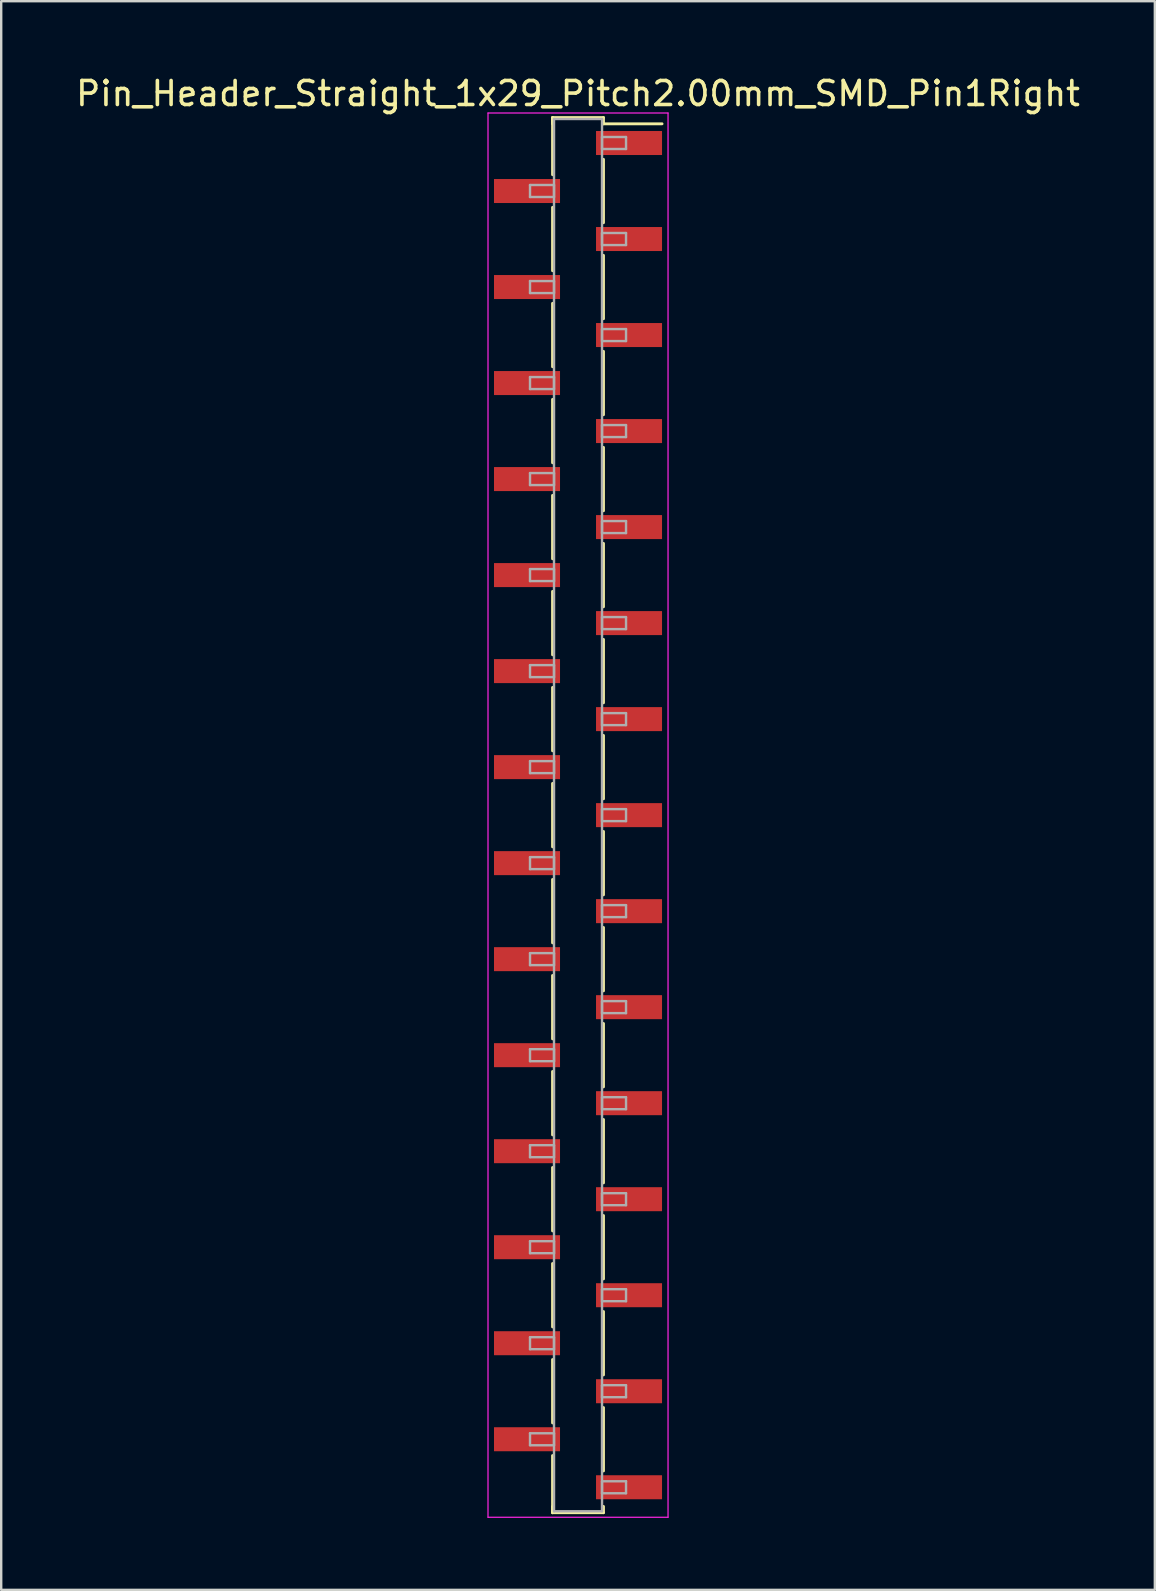
<source format=kicad_pcb>
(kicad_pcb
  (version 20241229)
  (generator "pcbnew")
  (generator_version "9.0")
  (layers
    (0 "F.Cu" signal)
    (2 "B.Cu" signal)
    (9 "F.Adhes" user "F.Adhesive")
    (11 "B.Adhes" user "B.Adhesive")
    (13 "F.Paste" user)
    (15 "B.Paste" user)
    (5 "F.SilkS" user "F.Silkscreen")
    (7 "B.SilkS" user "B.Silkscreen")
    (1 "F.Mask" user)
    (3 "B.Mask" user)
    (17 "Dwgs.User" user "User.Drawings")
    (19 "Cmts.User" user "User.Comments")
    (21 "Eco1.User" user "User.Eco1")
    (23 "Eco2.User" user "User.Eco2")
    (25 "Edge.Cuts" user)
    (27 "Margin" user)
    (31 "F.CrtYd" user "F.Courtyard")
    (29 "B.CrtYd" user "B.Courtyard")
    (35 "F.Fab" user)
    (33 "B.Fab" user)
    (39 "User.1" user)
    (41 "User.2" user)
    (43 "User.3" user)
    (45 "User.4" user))
  (footprint "Pin_Header_Straight_1x29_Pitch2.00mm_SMD_Pin1Right"
    (layer "F.Cu")
    (at 21.03 30.908)
    (property "Reference" "Pin_Header_Straight_1x29_Pitch2.00mm_SMD_Pin1Right" (at 0 -30.06 0) (layer "F.SilkS") (effects (font (size 1 1) (thickness 0.15))))
    (attr smd)
    (fp_line (start -1.06 -29.06) (end -1.06 -26.68) (stroke (width 0.12) (type solid)) (layer "F.SilkS"))
    (fp_line (start -1.06 -29.06) (end 1.06 -29.06) (stroke (width 0.12) (type solid)) (layer "F.SilkS"))
    (fp_line (start -1.06 -28.8) (end -1.06 -29.06) (stroke (width 0.12) (type solid)) (layer "F.SilkS"))
    (fp_line (start -1.06 -25.32) (end -1.06 -22.68) (stroke (width 0.12) (type solid)) (layer "F.SilkS"))
    (fp_line (start -1.06 -21.32) (end -1.06 -18.68) (stroke (width 0.12) (type solid)) (layer "F.SilkS"))
    (fp_line (start -1.06 -17.32) (end -1.06 -14.68) (stroke (width 0.12) (type solid)) (layer "F.SilkS"))
    (fp_line (start -1.06 -13.32) (end -1.06 -10.68) (stroke (width 0.12) (type solid)) (layer "F.SilkS"))
    (fp_line (start -1.06 -9.32) (end -1.06 -6.68) (stroke (width 0.12) (type solid)) (layer "F.SilkS"))
    (fp_line (start -1.06 -5.32) (end -1.06 -2.68) (stroke (width 0.12) (type solid)) (layer "F.SilkS"))
    (fp_line (start -1.06 -1.32) (end -1.06 1.32) (stroke (width 0.12) (type solid)) (layer "F.SilkS"))
    (fp_line (start -1.06 2.68) (end -1.06 5.32) (stroke (width 0.12) (type solid)) (layer "F.SilkS"))
    (fp_line (start -1.06 6.68) (end -1.06 9.32) (stroke (width 0.12) (type solid)) (layer "F.SilkS"))
    (fp_line (start -1.06 10.68) (end -1.06 13.32) (stroke (width 0.12) (type solid)) (layer "F.SilkS"))
    (fp_line (start -1.06 14.68) (end -1.06 17.32) (stroke (width 0.12) (type solid)) (layer "F.SilkS"))
    (fp_line (start -1.06 18.68) (end -1.06 21.32) (stroke (width 0.12) (type solid)) (layer "F.SilkS"))
    (fp_line (start -1.06 22.68) (end -1.06 25.32) (stroke (width 0.12) (type solid)) (layer "F.SilkS"))
    (fp_line (start -1.06 26.68) (end -1.06 29.06) (stroke (width 0.12) (type solid)) (layer "F.SilkS"))
    (fp_line (start -1.06 28.8) (end -1.06 29.06) (stroke (width 0.12) (type solid)) (layer "F.SilkS"))
    (fp_line (start -1.06 29.06) (end 1.06 29.06) (stroke (width 0.12) (type solid)) (layer "F.SilkS"))
    (fp_line (start 1.06 -29.06) (end 1.06 -28.8) (stroke (width 0.12) (type solid)) (layer "F.SilkS"))
    (fp_line (start 1.06 -28.8) (end 3.5 -28.8) (stroke (width 0.12) (type solid)) (layer "F.SilkS"))
    (fp_line (start 1.06 -27.32) (end 1.06 -24.68) (stroke (width 0.12) (type solid)) (layer "F.SilkS"))
    (fp_line (start 1.06 -23.32) (end 1.06 -20.68) (stroke (width 0.12) (type solid)) (layer "F.SilkS"))
    (fp_line (start 1.06 -19.32) (end 1.06 -16.68) (stroke (width 0.12) (type solid)) (layer "F.SilkS"))
    (fp_line (start 1.06 -15.32) (end 1.06 -12.68) (stroke (width 0.12) (type solid)) (layer "F.SilkS"))
    (fp_line (start 1.06 -11.32) (end 1.06 -8.68) (stroke (width 0.12) (type solid)) (layer "F.SilkS"))
    (fp_line (start 1.06 -7.32) (end 1.06 -4.68) (stroke (width 0.12) (type solid)) (layer "F.SilkS"))
    (fp_line (start 1.06 -3.32) (end 1.06 -0.68) (stroke (width 0.12) (type solid)) (layer "F.SilkS"))
    (fp_line (start 1.06 0.68) (end 1.06 3.32) (stroke (width 0.12) (type solid)) (layer "F.SilkS"))
    (fp_line (start 1.06 4.68) (end 1.06 7.32) (stroke (width 0.12) (type solid)) (layer "F.SilkS"))
    (fp_line (start 1.06 8.68) (end 1.06 11.32) (stroke (width 0.12) (type solid)) (layer "F.SilkS"))
    (fp_line (start 1.06 12.68) (end 1.06 15.32) (stroke (width 0.12) (type solid)) (layer "F.SilkS"))
    (fp_line (start 1.06 16.68) (end 1.06 19.32) (stroke (width 0.12) (type solid)) (layer "F.SilkS"))
    (fp_line (start 1.06 20.68) (end 1.06 23.32) (stroke (width 0.12) (type solid)) (layer "F.SilkS"))
    (fp_line (start 1.06 24.68) (end 1.06 27.32) (stroke (width 0.12) (type solid)) (layer "F.SilkS"))
    (fp_line (start 1.06 29.06) (end 1.06 28.8) (stroke (width 0.12) (type solid)) (layer "F.SilkS"))
    (fp_line (start -3.75 -29.25) (end -3.75 29.25) (stroke (width 0.05) (type solid)) (layer "F.CrtYd"))
    (fp_line (start -3.75 29.25) (end 3.75 29.25) (stroke (width 0.05) (type solid)) (layer "F.CrtYd"))
    (fp_line (start 3.75 -29.25) (end -3.75 -29.25) (stroke (width 0.05) (type solid)) (layer "F.CrtYd"))
    (fp_line (start 3.75 29.25) (end 3.75 -29.25) (stroke (width 0.05) (type solid)) (layer "F.CrtYd"))
    (fp_line (start -2 -26.25) (end -1 -26.25) (stroke (width 0.1) (type solid)) (layer "F.Fab"))
    (fp_line (start -2 -25.75) (end -2 -26.25) (stroke (width 0.1) (type solid)) (layer "F.Fab"))
    (fp_line (start -2 -22.25) (end -1 -22.25) (stroke (width 0.1) (type solid)) (layer "F.Fab"))
    (fp_line (start -2 -21.75) (end -2 -22.25) (stroke (width 0.1) (type solid)) (layer "F.Fab"))
    (fp_line (start -2 -18.25) (end -1 -18.25) (stroke (width 0.1) (type solid)) (layer "F.Fab"))
    (fp_line (start -2 -17.75) (end -2 -18.25) (stroke (width 0.1) (type solid)) (layer "F.Fab"))
    (fp_line (start -2 -14.25) (end -1 -14.25) (stroke (width 0.1) (type solid)) (layer "F.Fab"))
    (fp_line (start -2 -13.75) (end -2 -14.25) (stroke (width 0.1) (type solid)) (layer "F.Fab"))
    (fp_line (start -2 -10.25) (end -1 -10.25) (stroke (width 0.1) (type solid)) (layer "F.Fab"))
    (fp_line (start -2 -9.75) (end -2 -10.25) (stroke (width 0.1) (type solid)) (layer "F.Fab"))
    (fp_line (start -2 -6.25) (end -1 -6.25) (stroke (width 0.1) (type solid)) (layer "F.Fab"))
    (fp_line (start -2 -5.75) (end -2 -6.25) (stroke (width 0.1) (type solid)) (layer "F.Fab"))
    (fp_line (start -2 -2.25) (end -1 -2.25) (stroke (width 0.1) (type solid)) (layer "F.Fab"))
    (fp_line (start -2 -1.75) (end -2 -2.25) (stroke (width 0.1) (type solid)) (layer "F.Fab"))
    (fp_line (start -2 1.75) (end -1 1.75) (stroke (width 0.1) (type solid)) (layer "F.Fab"))
    (fp_line (start -2 2.25) (end -2 1.75) (stroke (width 0.1) (type solid)) (layer "F.Fab"))
    (fp_line (start -2 5.75) (end -1 5.75) (stroke (width 0.1) (type solid)) (layer "F.Fab"))
    (fp_line (start -2 6.25) (end -2 5.75) (stroke (width 0.1) (type solid)) (layer "F.Fab"))
    (fp_line (start -2 9.75) (end -1 9.75) (stroke (width 0.1) (type solid)) (layer "F.Fab"))
    (fp_line (start -2 10.25) (end -2 9.75) (stroke (width 0.1) (type solid)) (layer "F.Fab"))
    (fp_line (start -2 13.75) (end -1 13.75) (stroke (width 0.1) (type solid)) (layer "F.Fab"))
    (fp_line (start -2 14.25) (end -2 13.75) (stroke (width 0.1) (type solid)) (layer "F.Fab"))
    (fp_line (start -2 17.75) (end -1 17.75) (stroke (width 0.1) (type solid)) (layer "F.Fab"))
    (fp_line (start -2 18.25) (end -2 17.75) (stroke (width 0.1) (type solid)) (layer "F.Fab"))
    (fp_line (start -2 21.75) (end -1 21.75) (stroke (width 0.1) (type solid)) (layer "F.Fab"))
    (fp_line (start -2 22.25) (end -2 21.75) (stroke (width 0.1) (type solid)) (layer "F.Fab"))
    (fp_line (start -2 25.75) (end -1 25.75) (stroke (width 0.1) (type solid)) (layer "F.Fab"))
    (fp_line (start -2 26.25) (end -2 25.75) (stroke (width 0.1) (type solid)) (layer "F.Fab"))
    (fp_line (start -1 -29) (end -1 29) (stroke (width 0.1) (type solid)) (layer "F.Fab"))
    (fp_line (start -1 -26.25) (end -1 -25.75) (stroke (width 0.1) (type solid)) (layer "F.Fab"))
    (fp_line (start -1 -25.75) (end -2 -25.75) (stroke (width 0.1) (type solid)) (layer "F.Fab"))
    (fp_line (start -1 -22.25) (end -1 -21.75) (stroke (width 0.1) (type solid)) (layer "F.Fab"))
    (fp_line (start -1 -21.75) (end -2 -21.75) (stroke (width 0.1) (type solid)) (layer "F.Fab"))
    (fp_line (start -1 -18.25) (end -1 -17.75) (stroke (width 0.1) (type solid)) (layer "F.Fab"))
    (fp_line (start -1 -17.75) (end -2 -17.75) (stroke (width 0.1) (type solid)) (layer "F.Fab"))
    (fp_line (start -1 -14.25) (end -1 -13.75) (stroke (width 0.1) (type solid)) (layer "F.Fab"))
    (fp_line (start -1 -13.75) (end -2 -13.75) (stroke (width 0.1) (type solid)) (layer "F.Fab"))
    (fp_line (start -1 -10.25) (end -1 -9.75) (stroke (width 0.1) (type solid)) (layer "F.Fab"))
    (fp_line (start -1 -9.75) (end -2 -9.75) (stroke (width 0.1) (type solid)) (layer "F.Fab"))
    (fp_line (start -1 -6.25) (end -1 -5.75) (stroke (width 0.1) (type solid)) (layer "F.Fab"))
    (fp_line (start -1 -5.75) (end -2 -5.75) (stroke (width 0.1) (type solid)) (layer "F.Fab"))
    (fp_line (start -1 -2.25) (end -1 -1.75) (stroke (width 0.1) (type solid)) (layer "F.Fab"))
    (fp_line (start -1 -1.75) (end -2 -1.75) (stroke (width 0.1) (type solid)) (layer "F.Fab"))
    (fp_line (start -1 1.75) (end -1 2.25) (stroke (width 0.1) (type solid)) (layer "F.Fab"))
    (fp_line (start -1 2.25) (end -2 2.25) (stroke (width 0.1) (type solid)) (layer "F.Fab"))
    (fp_line (start -1 5.75) (end -1 6.25) (stroke (width 0.1) (type solid)) (layer "F.Fab"))
    (fp_line (start -1 6.25) (end -2 6.25) (stroke (width 0.1) (type solid)) (layer "F.Fab"))
    (fp_line (start -1 9.75) (end -1 10.25) (stroke (width 0.1) (type solid)) (layer "F.Fab"))
    (fp_line (start -1 10.25) (end -2 10.25) (stroke (width 0.1) (type solid)) (layer "F.Fab"))
    (fp_line (start -1 13.75) (end -1 14.25) (stroke (width 0.1) (type solid)) (layer "F.Fab"))
    (fp_line (start -1 14.25) (end -2 14.25) (stroke (width 0.1) (type solid)) (layer "F.Fab"))
    (fp_line (start -1 17.75) (end -1 18.25) (stroke (width 0.1) (type solid)) (layer "F.Fab"))
    (fp_line (start -1 18.25) (end -2 18.25) (stroke (width 0.1) (type solid)) (layer "F.Fab"))
    (fp_line (start -1 21.75) (end -1 22.25) (stroke (width 0.1) (type solid)) (layer "F.Fab"))
    (fp_line (start -1 22.25) (end -2 22.25) (stroke (width 0.1) (type solid)) (layer "F.Fab"))
    (fp_line (start -1 25.75) (end -1 26.25) (stroke (width 0.1) (type solid)) (layer "F.Fab"))
    (fp_line (start -1 26.25) (end -2 26.25) (stroke (width 0.1) (type solid)) (layer "F.Fab"))
    (fp_line (start -1 29) (end 1 29) (stroke (width 0.1) (type solid)) (layer "F.Fab"))
    (fp_line (start 1 -29) (end -1 -29) (stroke (width 0.1) (type solid)) (layer "F.Fab"))
    (fp_line (start 1 -28.25) (end 1 -27.75) (stroke (width 0.1) (type solid)) (layer "F.Fab"))
    (fp_line (start 1 -27.75) (end 2 -27.75) (stroke (width 0.1) (type solid)) (layer "F.Fab"))
    (fp_line (start 1 -24.25) (end 1 -23.75) (stroke (width 0.1) (type solid)) (layer "F.Fab"))
    (fp_line (start 1 -23.75) (end 2 -23.75) (stroke (width 0.1) (type solid)) (layer "F.Fab"))
    (fp_line (start 1 -20.25) (end 1 -19.75) (stroke (width 0.1) (type solid)) (layer "F.Fab"))
    (fp_line (start 1 -19.75) (end 2 -19.75) (stroke (width 0.1) (type solid)) (layer "F.Fab"))
    (fp_line (start 1 -16.25) (end 1 -15.75) (stroke (width 0.1) (type solid)) (layer "F.Fab"))
    (fp_line (start 1 -15.75) (end 2 -15.75) (stroke (width 0.1) (type solid)) (layer "F.Fab"))
    (fp_line (start 1 -12.25) (end 1 -11.75) (stroke (width 0.1) (type solid)) (layer "F.Fab"))
    (fp_line (start 1 -11.75) (end 2 -11.75) (stroke (width 0.1) (type solid)) (layer "F.Fab"))
    (fp_line (start 1 -8.25) (end 1 -7.75) (stroke (width 0.1) (type solid)) (layer "F.Fab"))
    (fp_line (start 1 -7.75) (end 2 -7.75) (stroke (width 0.1) (type solid)) (layer "F.Fab"))
    (fp_line (start 1 -4.25) (end 1 -3.75) (stroke (width 0.1) (type solid)) (layer "F.Fab"))
    (fp_line (start 1 -3.75) (end 2 -3.75) (stroke (width 0.1) (type solid)) (layer "F.Fab"))
    (fp_line (start 1 -0.25) (end 1 0.25) (stroke (width 0.1) (type solid)) (layer "F.Fab"))
    (fp_line (start 1 0.25) (end 2 0.25) (stroke (width 0.1) (type solid)) (layer "F.Fab"))
    (fp_line (start 1 3.75) (end 1 4.25) (stroke (width 0.1) (type solid)) (layer "F.Fab"))
    (fp_line (start 1 4.25) (end 2 4.25) (stroke (width 0.1) (type solid)) (layer "F.Fab"))
    (fp_line (start 1 7.75) (end 1 8.25) (stroke (width 0.1) (type solid)) (layer "F.Fab"))
    (fp_line (start 1 8.25) (end 2 8.25) (stroke (width 0.1) (type solid)) (layer "F.Fab"))
    (fp_line (start 1 11.75) (end 1 12.25) (stroke (width 0.1) (type solid)) (layer "F.Fab"))
    (fp_line (start 1 12.25) (end 2 12.25) (stroke (width 0.1) (type solid)) (layer "F.Fab"))
    (fp_line (start 1 15.75) (end 1 16.25) (stroke (width 0.1) (type solid)) (layer "F.Fab"))
    (fp_line (start 1 16.25) (end 2 16.25) (stroke (width 0.1) (type solid)) (layer "F.Fab"))
    (fp_line (start 1 19.75) (end 1 20.25) (stroke (width 0.1) (type solid)) (layer "F.Fab"))
    (fp_line (start 1 20.25) (end 2 20.25) (stroke (width 0.1) (type solid)) (layer "F.Fab"))
    (fp_line (start 1 23.75) (end 1 24.25) (stroke (width 0.1) (type solid)) (layer "F.Fab"))
    (fp_line (start 1 24.25) (end 2 24.25) (stroke (width 0.1) (type solid)) (layer "F.Fab"))
    (fp_line (start 1 27.75) (end 1 28.25) (stroke (width 0.1) (type solid)) (layer "F.Fab"))
    (fp_line (start 1 28.25) (end 2 28.25) (stroke (width 0.1) (type solid)) (layer "F.Fab"))
    (fp_line (start 1 29) (end 1 -29) (stroke (width 0.1) (type solid)) (layer "F.Fab"))
    (fp_line (start 2 -28.25) (end 1 -28.25) (stroke (width 0.1) (type solid)) (layer "F.Fab"))
    (fp_line (start 2 -27.75) (end 2 -28.25) (stroke (width 0.1) (type solid)) (layer "F.Fab"))
    (fp_line (start 2 -24.25) (end 1 -24.25) (stroke (width 0.1) (type solid)) (layer "F.Fab"))
    (fp_line (start 2 -23.75) (end 2 -24.25) (stroke (width 0.1) (type solid)) (layer "F.Fab"))
    (fp_line (start 2 -20.25) (end 1 -20.25) (stroke (width 0.1) (type solid)) (layer "F.Fab"))
    (fp_line (start 2 -19.75) (end 2 -20.25) (stroke (width 0.1) (type solid)) (layer "F.Fab"))
    (fp_line (start 2 -16.25) (end 1 -16.25) (stroke (width 0.1) (type solid)) (layer "F.Fab"))
    (fp_line (start 2 -15.75) (end 2 -16.25) (stroke (width 0.1) (type solid)) (layer "F.Fab"))
    (fp_line (start 2 -12.25) (end 1 -12.25) (stroke (width 0.1) (type solid)) (layer "F.Fab"))
    (fp_line (start 2 -11.75) (end 2 -12.25) (stroke (width 0.1) (type solid)) (layer "F.Fab"))
    (fp_line (start 2 -8.25) (end 1 -8.25) (stroke (width 0.1) (type solid)) (layer "F.Fab"))
    (fp_line (start 2 -7.75) (end 2 -8.25) (stroke (width 0.1) (type solid)) (layer "F.Fab"))
    (fp_line (start 2 -4.25) (end 1 -4.25) (stroke (width 0.1) (type solid)) (layer "F.Fab"))
    (fp_line (start 2 -3.75) (end 2 -4.25) (stroke (width 0.1) (type solid)) (layer "F.Fab"))
    (fp_line (start 2 -0.25) (end 1 -0.25) (stroke (width 0.1) (type solid)) (layer "F.Fab"))
    (fp_line (start 2 0.25) (end 2 -0.25) (stroke (width 0.1) (type solid)) (layer "F.Fab"))
    (fp_line (start 2 3.75) (end 1 3.75) (stroke (width 0.1) (type solid)) (layer "F.Fab"))
    (fp_line (start 2 4.25) (end 2 3.75) (stroke (width 0.1) (type solid)) (layer "F.Fab"))
    (fp_line (start 2 7.75) (end 1 7.75) (stroke (width 0.1) (type solid)) (layer "F.Fab"))
    (fp_line (start 2 8.25) (end 2 7.75) (stroke (width 0.1) (type solid)) (layer "F.Fab"))
    (fp_line (start 2 11.75) (end 1 11.75) (stroke (width 0.1) (type solid)) (layer "F.Fab"))
    (fp_line (start 2 12.25) (end 2 11.75) (stroke (width 0.1) (type solid)) (layer "F.Fab"))
    (fp_line (start 2 15.75) (end 1 15.75) (stroke (width 0.1) (type solid)) (layer "F.Fab"))
    (fp_line (start 2 16.25) (end 2 15.75) (stroke (width 0.1) (type solid)) (layer "F.Fab"))
    (fp_line (start 2 19.75) (end 1 19.75) (stroke (width 0.1) (type solid)) (layer "F.Fab"))
    (fp_line (start 2 20.25) (end 2 19.75) (stroke (width 0.1) (type solid)) (layer "F.Fab"))
    (fp_line (start 2 23.75) (end 1 23.75) (stroke (width 0.1) (type solid)) (layer "F.Fab"))
    (fp_line (start 2 24.25) (end 2 23.75) (stroke (width 0.1) (type solid)) (layer "F.Fab"))
    (fp_line (start 2 27.75) (end 1 27.75) (stroke (width 0.1) (type solid)) (layer "F.Fab"))
    (fp_line (start 2 28.25) (end 2 27.75) (stroke (width 0.1) (type solid)) (layer "F.Fab"))
    (pad "1" smd rect (at 2.125 -28) (size 2.75 1) (layers "F.Cu" "F.Mask"))
    (pad "2" smd rect (at -2.125 -26) (size 2.75 1) (layers "F.Cu" "F.Mask"))
    (pad "3" smd rect (at 2.125 -24) (size 2.75 1) (layers "F.Cu" "F.Mask"))
    (pad "4" smd rect (at -2.125 -22) (size 2.75 1) (layers "F.Cu" "F.Mask"))
    (pad "5" smd rect (at 2.125 -20) (size 2.75 1) (layers "F.Cu" "F.Mask"))
    (pad "6" smd rect (at -2.125 -18) (size 2.75 1) (layers "F.Cu" "F.Mask"))
    (pad "7" smd rect (at 2.125 -16) (size 2.75 1) (layers "F.Cu" "F.Mask"))
    (pad "8" smd rect (at -2.125 -14) (size 2.75 1) (layers "F.Cu" "F.Mask"))
    (pad "9" smd rect (at 2.125 -12) (size 2.75 1) (layers "F.Cu" "F.Mask"))
    (pad "10" smd rect (at -2.125 -10) (size 2.75 1) (layers "F.Cu" "F.Mask"))
    (pad "11" smd rect (at 2.125 -8) (size 2.75 1) (layers "F.Cu" "F.Mask"))
    (pad "12" smd rect (at -2.125 -6) (size 2.75 1) (layers "F.Cu" "F.Mask"))
    (pad "13" smd rect (at 2.125 -4) (size 2.75 1) (layers "F.Cu" "F.Mask"))
    (pad "14" smd rect (at -2.125 -2) (size 2.75 1) (layers "F.Cu" "F.Mask"))
    (pad "15" smd rect (at 2.125 0) (size 2.75 1) (layers "F.Cu" "F.Mask"))
    (pad "16" smd rect (at -2.125 2) (size 2.75 1) (layers "F.Cu" "F.Mask"))
    (pad "17" smd rect (at 2.125 4) (size 2.75 1) (layers "F.Cu" "F.Mask"))
    (pad "18" smd rect (at -2.125 6) (size 2.75 1) (layers "F.Cu" "F.Mask"))
    (pad "19" smd rect (at 2.125 8) (size 2.75 1) (layers "F.Cu" "F.Mask"))
    (pad "20" smd rect (at -2.125 10) (size 2.75 1) (layers "F.Cu" "F.Mask"))
    (pad "21" smd rect (at 2.125 12) (size 2.75 1) (layers "F.Cu" "F.Mask"))
    (pad "22" smd rect (at -2.125 14) (size 2.75 1) (layers "F.Cu" "F.Mask"))
    (pad "23" smd rect (at 2.125 16) (size 2.75 1) (layers "F.Cu" "F.Mask"))
    (pad "24" smd rect (at -2.125 18) (size 2.75 1) (layers "F.Cu" "F.Mask"))
    (pad "25" smd rect (at 2.125 20) (size 2.75 1) (layers "F.Cu" "F.Mask"))
    (pad "26" smd rect (at -2.125 22) (size 2.75 1) (layers "F.Cu" "F.Mask"))
    (pad "27" smd rect (at 2.125 24) (size 2.75 1) (layers "F.Cu" "F.Mask"))
    (pad "28" smd rect (at -2.125 26) (size 2.75 1) (layers "F.Cu" "F.Mask"))
    (pad "29" smd rect (at 2.125 28) (size 2.75 1) (layers "F.Cu" "F.Mask")))
  (gr_rect
    (start -3 -3)
    (end 45.06 63.183)
    (stroke (width 0.1) (type default))
    (fill no)
    (layer "Edge.Cuts")))
</source>
